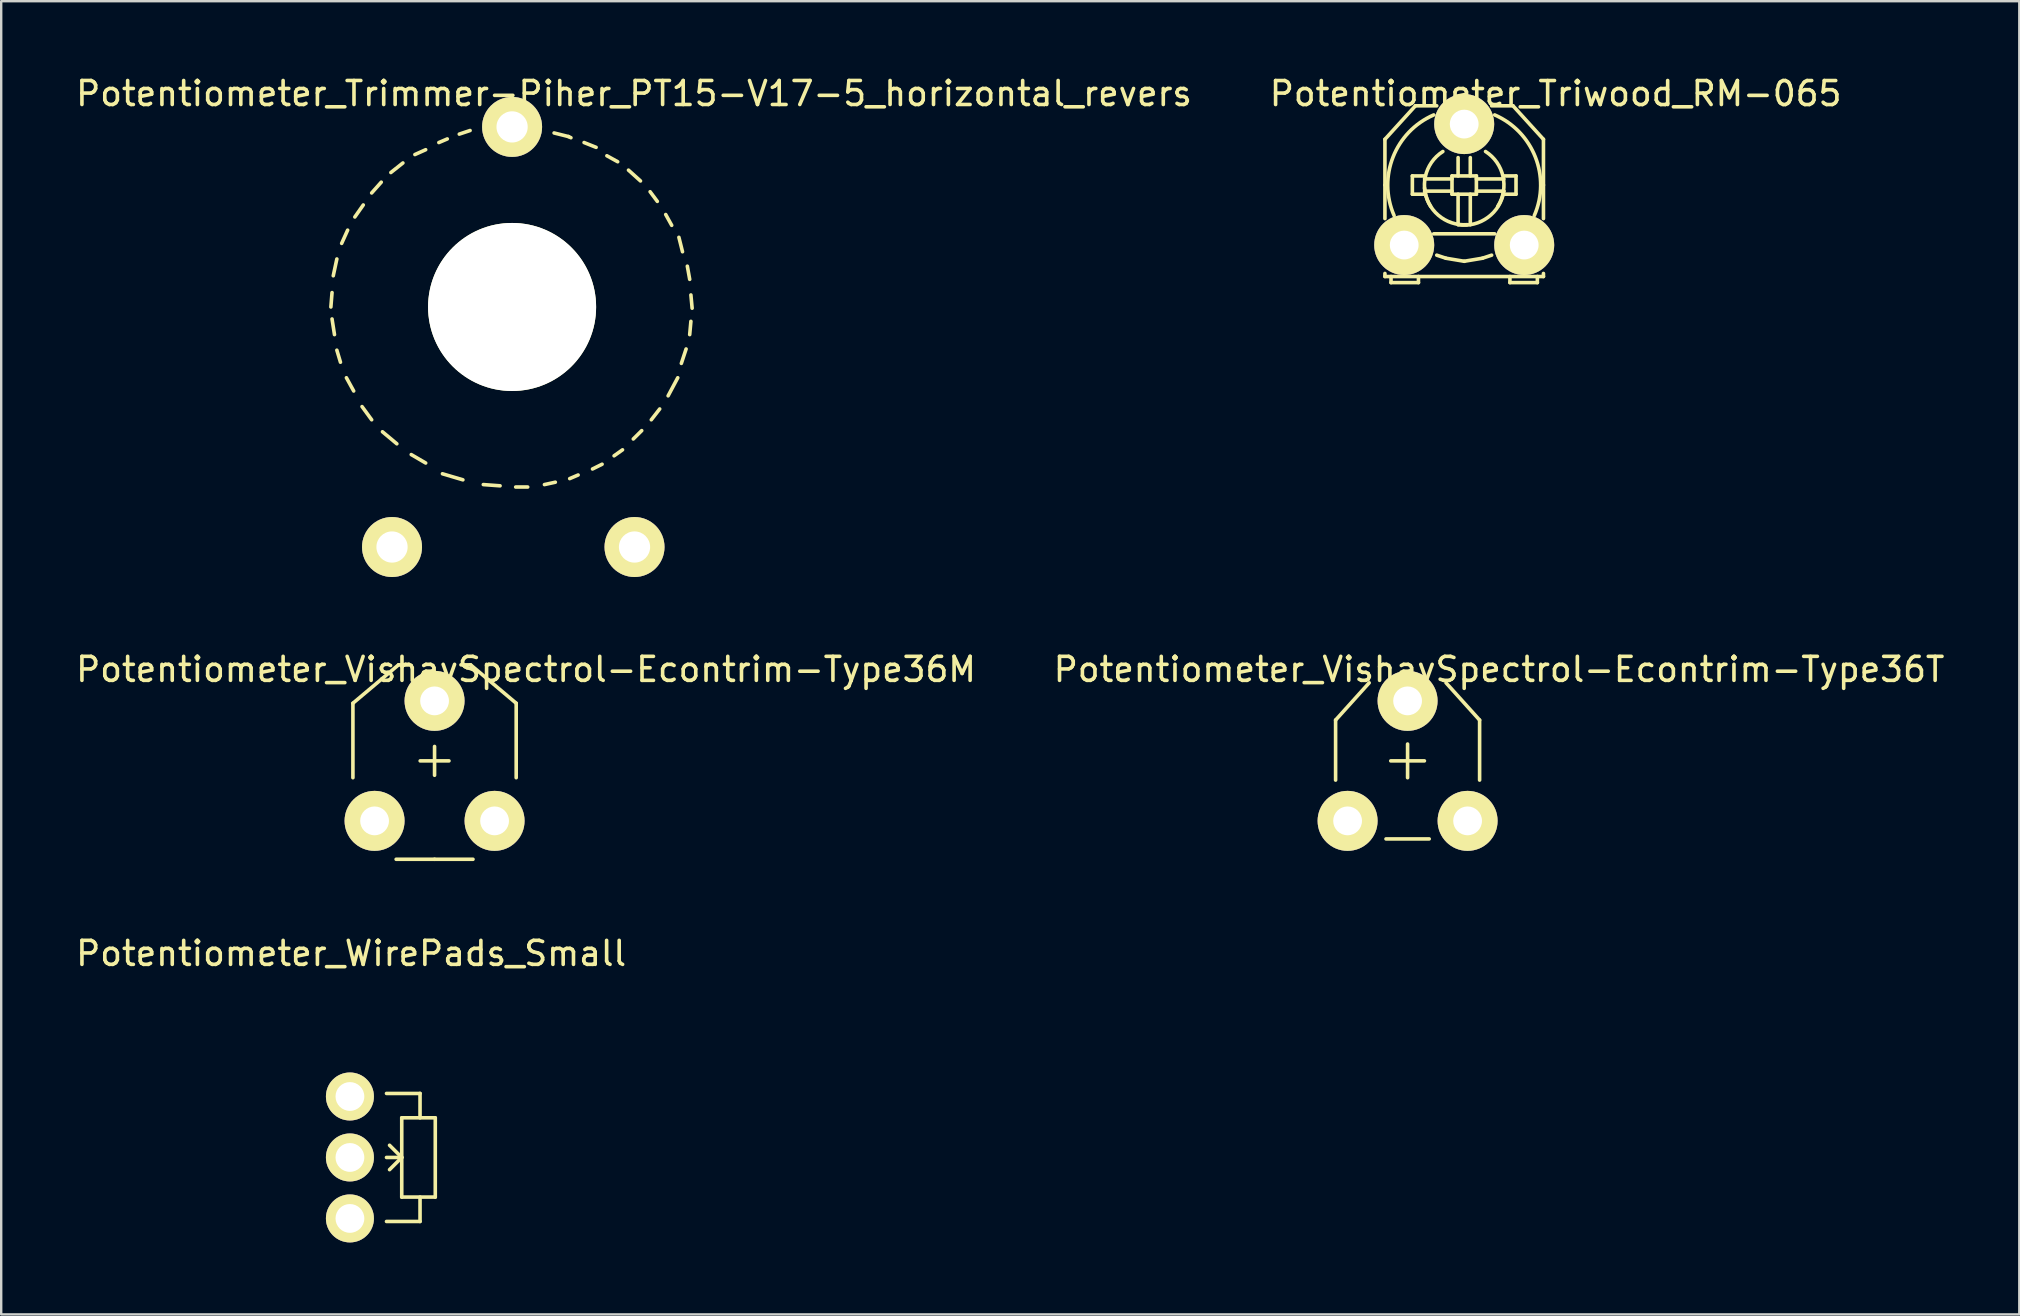
<source format=kicad_pcb>
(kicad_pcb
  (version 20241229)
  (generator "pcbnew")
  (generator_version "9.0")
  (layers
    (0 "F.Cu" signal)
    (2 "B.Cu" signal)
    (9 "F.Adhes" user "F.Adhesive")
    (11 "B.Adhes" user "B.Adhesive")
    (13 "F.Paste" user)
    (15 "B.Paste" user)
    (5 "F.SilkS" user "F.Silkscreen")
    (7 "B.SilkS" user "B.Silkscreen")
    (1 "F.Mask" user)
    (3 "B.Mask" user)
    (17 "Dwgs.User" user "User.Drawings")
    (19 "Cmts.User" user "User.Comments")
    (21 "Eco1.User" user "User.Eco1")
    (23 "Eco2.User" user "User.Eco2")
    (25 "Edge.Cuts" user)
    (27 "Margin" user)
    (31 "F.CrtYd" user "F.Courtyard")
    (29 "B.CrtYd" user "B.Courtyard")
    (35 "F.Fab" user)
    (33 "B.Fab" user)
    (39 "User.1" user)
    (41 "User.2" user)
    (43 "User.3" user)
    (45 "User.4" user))
  (footprint "Potentiometer_Trimmer-Piher_PT15-V17-5_horizontal_revers"
    (layer "F.Cu")
    (at 23.383 19.738)
    (property "Reference" "Potentiometer_Trimmer-Piher_PT15-V17-5_horizontal_revers" (at -0.02 -18.89 0) (layer "F.SilkS") (effects (font (size 1 1) (thickness 0.15))))
    (attr through_hole)
    (fp_line (start -12.649 -10) (end -12.601 -10.599) (stroke (width 0.15) (type solid)) (layer "F.SilkS"))
    (fp_line (start -12.55 -11.3) (end -12.4 -11.999) (stroke (width 0.15) (type solid)) (layer "F.SilkS"))
    (fp_line (start -12.499 -8.849) (end -12.601 -9.5) (stroke (width 0.15) (type solid)) (layer "F.SilkS"))
    (fp_line (start -12.25 -7.699) (end -12.4 -8.199) (stroke (width 0.15) (type solid)) (layer "F.SilkS"))
    (fp_line (start -12.2 -12.649) (end -11.951 -13.2) (stroke (width 0.15) (type solid)) (layer "F.SilkS"))
    (fp_line (start -11.699 -6.5) (end -12.002 -7.051) (stroke (width 0.15) (type solid)) (layer "F.SilkS"))
    (fp_line (start -11.651 -13.749) (end -11.3 -14.249) (stroke (width 0.15) (type solid)) (layer "F.SilkS"))
    (fp_line (start -10.95 -14.75) (end -10.551 -15.199) (stroke (width 0.15) (type solid)) (layer "F.SilkS"))
    (fp_line (start -10.95 -5.301) (end -11.351 -5.85) (stroke (width 0.15) (type solid)) (layer "F.SilkS"))
    (fp_line (start -10.15 -15.601) (end -9.649 -15.999) (stroke (width 0.15) (type solid)) (layer "F.SilkS"))
    (fp_line (start -9.901 -4.3) (end -10.5 -4.801) (stroke (width 0.15) (type solid)) (layer "F.SilkS"))
    (fp_line (start -9.149 -16.35) (end -8.7 -16.551) (stroke (width 0.15) (type solid)) (layer "F.SilkS"))
    (fp_line (start -8.7 -3.5) (end -9.301 -3.851) (stroke (width 0.15) (type solid)) (layer "F.SilkS"))
    (fp_line (start -8.151 -16.85) (end -7.8 -17) (stroke (width 0.15) (type solid)) (layer "F.SilkS"))
    (fp_line (start -7.3 -17.201) (end -6.85 -17.351) (stroke (width 0.15) (type solid)) (layer "F.SilkS"))
    (fp_line (start -7.15 -2.799) (end -8.001 -3.051) (stroke (width 0.15) (type solid)) (layer "F.SilkS"))
    (fp_line (start -6.101 -10) (end -5.85 -10) (stroke (width 0.15) (type solid)) (layer "F.SilkS"))
    (fp_line (start -5.601 -2.55) (end -6.299 -2.601) (stroke (width 0.15) (type solid)) (layer "F.SilkS"))
    (fp_line (start -5.4 -10) (end -4.801 -10) (stroke (width 0.15) (type solid)) (layer "F.SilkS"))
    (fp_line (start -5.151 -11.001) (end -5.1 -10.599) (stroke (width 0.15) (type solid)) (layer "F.SilkS"))
    (fp_line (start -5.1 -9.55) (end -5.1 -8.999) (stroke (width 0.15) (type solid)) (layer "F.SilkS"))
    (fp_line (start -4.45 -2.499) (end -4.95 -2.499) (stroke (width 0.15) (type solid)) (layer "F.SilkS"))
    (fp_line (start -4.399 -10) (end -4.1 -10) (stroke (width 0.15) (type solid)) (layer "F.SilkS"))
    (fp_line (start -3.35 -17.249) (end -2.751 -17.099) (stroke (width 0.15) (type solid)) (layer "F.SilkS"))
    (fp_line (start -3.299 -2.7) (end -3.752 -2.601) (stroke (width 0.15) (type solid)) (layer "F.SilkS"))
    (fp_line (start -2.751 -17.099) (end -2.649 -17.051) (stroke (width 0.15) (type solid)) (layer "F.SilkS"))
    (fp_line (start -2.349 -3) (end -2.7 -2.85) (stroke (width 0.15) (type solid)) (layer "F.SilkS"))
    (fp_line (start -2.101 -16.85) (end -1.6 -16.65) (stroke (width 0.15) (type solid)) (layer "F.SilkS"))
    (fp_line (start -1.351 -3.449) (end -1.75 -3.251) (stroke (width 0.15) (type solid)) (layer "F.SilkS"))
    (fp_line (start -1.151 -16.299) (end -0.701 -16.05) (stroke (width 0.15) (type solid)) (layer "F.SilkS"))
    (fp_line (start -0.5 -4.049) (end -0.851 -3.8) (stroke (width 0.15) (type solid)) (layer "F.SilkS"))
    (fp_line (start -0.251 -15.7) (end 0.249 -15.25) (stroke (width 0.15) (type solid)) (layer "F.SilkS"))
    (fp_line (start 0.3 -4.849) (end -0.051 -4.501) (stroke (width 0.15) (type solid)) (layer "F.SilkS"))
    (fp_line (start 0.65 -14.801) (end 0.95 -14.399) (stroke (width 0.15) (type solid)) (layer "F.SilkS"))
    (fp_line (start 1.049 -5.751) (end 0.699 -5.301) (stroke (width 0.15) (type solid)) (layer "F.SilkS"))
    (fp_line (start 1.3 -13.851) (end 1.549 -13.401) (stroke (width 0.15) (type solid)) (layer "F.SilkS"))
    (fp_line (start 1.801 -7.051) (end 1.4 -6.299) (stroke (width 0.15) (type solid)) (layer "F.SilkS"))
    (fp_line (start 1.849 -12.901) (end 1.999 -12.301) (stroke (width 0.15) (type solid)) (layer "F.SilkS"))
    (fp_line (start 2.149 -8.25) (end 1.951 -7.65) (stroke (width 0.15) (type solid)) (layer "F.SilkS"))
    (fp_line (start 2.2 -11.699) (end 2.299 -11.151) (stroke (width 0.15) (type solid)) (layer "F.SilkS"))
    (fp_line (start 2.349 -10.5) (end 2.4 -9.949) (stroke (width 0.15) (type solid)) (layer "F.SilkS"))
    (fp_line (start 2.349 -9.401) (end 2.299 -8.849) (stroke (width 0.15) (type solid)) (layer "F.SilkS"))
    (pad "" np_thru_hole circle (at -5.1 -10) (size 7 7) (drill 7) (layers "*.Cu" "*.Mask" "F.SilkS"))
    (pad "1" thru_hole circle (at 0 0) (size 2.499 2.499) (drill 1.3) (layers "*.Cu" "*.Mask" "F.SilkS"))
    (pad "2" thru_hole circle (at -5.1 -17.501) (size 2.499 2.499) (drill 1.3) (layers "*.Cu" "*.Mask" "F.SilkS"))
    (pad "3" thru_hole circle (at -10.102 0) (size 2.499 2.499) (drill 1.3) (layers "*.Cu" "*.Mask" "F.SilkS")))
  (footprint "Potentiometer_Triwood_RM-065"
    (layer "F.Cu")
    (at 55.447 7.158)
    (property "Reference" "Potentiometer_Triwood_RM-065" (at 6.309 -6.309 0) (layer "F.SilkS") (effects (font (size 1 1) (thickness 0.15))))
    (attr through_hole)
    (fp_line (start -0.803 -4.404) (end -0.803 -2.499) (stroke (width 0.15) (type solid)) (layer "F.SilkS"))
    (fp_line (start -0.803 -2.499) (end -0.803 -1.102) (stroke (width 0.15) (type solid)) (layer "F.SilkS"))
    (fp_line (start -0.803 1.311) (end -0.803 1.184) (stroke (width 0.15) (type solid)) (layer "F.SilkS"))
    (fp_line (start -0.803 1.311) (end 5.801 1.311) (stroke (width 0.15) (type solid)) (layer "F.SilkS"))
    (fp_line (start -0.549 1.311) (end -0.549 1.565) (stroke (width 0.15) (type solid)) (layer "F.SilkS"))
    (fp_line (start -0.549 1.565) (end 0.594 1.565) (stroke (width 0.15) (type solid)) (layer "F.SilkS"))
    (fp_line (start 0.34 -2.88) (end 0.34 -2.118) (stroke (width 0.15) (type solid)) (layer "F.SilkS"))
    (fp_line (start 0.34 -2.118) (end 0.848 -2.118) (stroke (width 0.15) (type solid)) (layer "F.SilkS"))
    (fp_line (start 0.467 -5.801) (end -0.803 -4.404) (stroke (width 0.15) (type solid)) (layer "F.SilkS"))
    (fp_line (start 0.594 1.565) (end 0.594 1.311) (stroke (width 0.15) (type solid)) (layer "F.SilkS"))
    (fp_line (start 0.848 -2.88) (end 0.34 -2.88) (stroke (width 0.15) (type solid)) (layer "F.SilkS"))
    (fp_line (start 1.229 -0.467) (end 3.769 -0.467) (stroke (width 0.15) (type solid)) (layer "F.SilkS"))
    (fp_line (start 1.356 -5.801) (end 0.467 -5.801) (stroke (width 0.15) (type solid)) (layer "F.SilkS"))
    (fp_line (start 1.356 0.422) (end 1.737 0.549) (stroke (width 0.15) (type solid)) (layer "F.SilkS"))
    (fp_line (start 1.737 0.549) (end 2.499 0.676) (stroke (width 0.15) (type solid)) (layer "F.SilkS"))
    (fp_line (start 1.991 -2.88) (end 1.991 -2.118) (stroke (width 0.15) (type solid)) (layer "F.SilkS"))
    (fp_line (start 1.991 -2.753) (end 0.848 -2.753) (stroke (width 0.15) (type solid)) (layer "F.SilkS"))
    (fp_line (start 1.991 -2.245) (end 0.848 -2.245) (stroke (width 0.15) (type solid)) (layer "F.SilkS"))
    (fp_line (start 1.991 -2.118) (end 3.007 -2.118) (stroke (width 0.15) (type solid)) (layer "F.SilkS"))
    (fp_line (start 2.245 -2.88) (end 2.245 -3.642) (stroke (width 0.15) (type solid)) (layer "F.SilkS"))
    (fp_line (start 2.245 -2.118) (end 2.245 -0.848) (stroke (width 0.15) (type solid)) (layer "F.SilkS"))
    (fp_line (start 2.499 0.676) (end 3.261 0.549) (stroke (width 0.15) (type solid)) (layer "F.SilkS"))
    (fp_line (start 2.753 -2.88) (end 2.753 -3.642) (stroke (width 0.15) (type solid)) (layer "F.SilkS"))
    (fp_line (start 2.753 -2.118) (end 2.753 -0.848) (stroke (width 0.15) (type solid)) (layer "F.SilkS"))
    (fp_line (start 3.007 -2.88) (end 1.991 -2.88) (stroke (width 0.15) (type solid)) (layer "F.SilkS"))
    (fp_line (start 3.007 -2.753) (end 4.15 -2.753) (stroke (width 0.15) (type solid)) (layer "F.SilkS"))
    (fp_line (start 3.007 -2.245) (end 4.15 -2.245) (stroke (width 0.15) (type solid)) (layer "F.SilkS"))
    (fp_line (start 3.007 -2.118) (end 3.007 -2.88) (stroke (width 0.15) (type solid)) (layer "F.SilkS"))
    (fp_line (start 3.261 0.549) (end 3.642 0.422) (stroke (width 0.15) (type solid)) (layer "F.SilkS"))
    (fp_line (start 4.15 -2.88) (end 4.658 -2.88) (stroke (width 0.15) (type solid)) (layer "F.SilkS"))
    (fp_line (start 4.404 1.565) (end 4.404 1.311) (stroke (width 0.15) (type solid)) (layer "F.SilkS"))
    (fp_line (start 4.531 -5.801) (end 3.642 -5.801) (stroke (width 0.15) (type solid)) (layer "F.SilkS"))
    (fp_line (start 4.531 -5.801) (end 5.801 -4.404) (stroke (width 0.15) (type solid)) (layer "F.SilkS"))
    (fp_line (start 4.658 -2.88) (end 4.658 -2.118) (stroke (width 0.15) (type solid)) (layer "F.SilkS"))
    (fp_line (start 4.658 -2.118) (end 4.15 -2.118) (stroke (width 0.15) (type solid)) (layer "F.SilkS"))
    (fp_line (start 5.547 1.311) (end 5.547 1.565) (stroke (width 0.15) (type solid)) (layer "F.SilkS"))
    (fp_line (start 5.547 1.565) (end 4.404 1.565) (stroke (width 0.15) (type solid)) (layer "F.SilkS"))
    (fp_line (start 5.801 -4.404) (end 5.801 -2.499) (stroke (width 0.15) (type solid)) (layer "F.SilkS"))
    (fp_line (start 5.801 -2.499) (end 5.801 -1.102) (stroke (width 0.15) (type solid)) (layer "F.SilkS"))
    (fp_line (start 5.801 1.311) (end 5.801 1.184) (stroke (width 0.15) (type solid)) (layer "F.SilkS"))
    (fp_arc (start -0.42164 -1.22936) (mid -0.464125 -3.666793) (end 1.22936 -5.42036) (stroke (width 0.15) (type solid)) (layer "F.SilkS"))
    (fp_arc (start 1.10236 -1.61036) (mid 0.882914 -2.85857) (end 1.61036 -3.89636) (stroke (width 0.15) (type solid)) (layer "F.SilkS"))
    (fp_arc (start 2.62636 -0.84836) (mid 1.421729 -1.242124) (end 0.84836 -2.37236) (stroke (width 0.15) (type solid)) (layer "F.SilkS"))
    (fp_arc (start 3.38836 -3.89636) (mid 4.115806 -2.85857) (end 3.89636 -1.61036) (stroke (width 0.15) (type solid)) (layer "F.SilkS"))
    (fp_arc (start 3.76936 -5.42036) (mid 5.462845 -3.666793) (end 5.42036 -1.22936) (stroke (width 0.15) (type solid)) (layer "F.SilkS"))
    (fp_arc (start 4.15036 -2.24536) (mid 3.487188 -1.152322) (end 2.24536 -0.84836) (stroke (width 0.15) (type solid)) (layer "F.SilkS"))
    (pad "1" thru_hole circle (at 0 0) (size 2.499 2.499) (drill 1.199) (layers "*.Cu" "*.Mask" "F.SilkS"))
    (pad "2" thru_hole circle (at 2.499 -5.039) (size 2.499 2.499) (drill 1.199) (layers "*.Cu" "*.Mask" "F.SilkS"))
    (pad "3" thru_hole circle (at 4.999 0) (size 2.499 2.499) (drill 1.199) (layers "*.Cu" "*.Mask" "F.SilkS")))
  (footprint "Potentiometer_WirePads_Small"
    (layer "F.Cu")
    (at 11.527 42.628)
    (property "Reference" "Potentiometer_WirePads_Small" (at 0.051 -5.959 0) (layer "F.SilkS") (effects (font (size 1 1) (thickness 0.15))))
    (attr through_hole)
    (fp_line (start 2.159 0.889) (end 3.556 0.889) (stroke (width 0.15) (type solid)) (layer "F.SilkS"))
    (fp_line (start 2.159 2.54) (end 1.524 2.54) (stroke (width 0.15) (type solid)) (layer "F.SilkS"))
    (fp_line (start 2.159 2.54) (end 1.651 2.032) (stroke (width 0.15) (type solid)) (layer "F.SilkS"))
    (fp_line (start 2.159 2.54) (end 1.651 3.048) (stroke (width 0.15) (type solid)) (layer "F.SilkS"))
    (fp_line (start 2.159 4.191) (end 2.159 0.889) (stroke (width 0.15) (type solid)) (layer "F.SilkS"))
    (fp_line (start 2.921 -0.127) (end 1.524 -0.127) (stroke (width 0.15) (type solid)) (layer "F.SilkS"))
    (fp_line (start 2.921 0.889) (end 2.921 -0.127) (stroke (width 0.15) (type solid)) (layer "F.SilkS"))
    (fp_line (start 2.921 4.191) (end 2.921 5.207) (stroke (width 0.15) (type solid)) (layer "F.SilkS"))
    (fp_line (start 2.921 5.207) (end 1.524 5.207) (stroke (width 0.15) (type solid)) (layer "F.SilkS"))
    (fp_line (start 3.556 0.889) (end 3.556 4.191) (stroke (width 0.15) (type solid)) (layer "F.SilkS"))
    (fp_line (start 3.556 4.191) (end 2.159 4.191) (stroke (width 0.15) (type solid)) (layer "F.SilkS"))
    (pad "1" thru_hole circle (at 0 0) (size 1.999 1.999) (drill 1.199) (layers "*.Cu" "*.Mask" "F.SilkS"))
    (pad "2" thru_hole circle (at 0 2.54) (size 1.999 1.999) (drill 1.199) (layers "*.Cu" "*.Mask" "F.SilkS"))
    (pad "3" thru_hole circle (at 0 5.08) (size 1.999 1.999) (drill 1.199) (layers "*.Cu" "*.Mask" "F.SilkS")))
  (footprint "Potentiometer_VishaySpectrol-Econtrim-Type36T"
    (layer "F.Cu")
    (at 53.089 31.146)
    (property "Reference" "Potentiometer_VishaySpectrol-Econtrim-Type36T" (at 6.309 -6.309 0) (layer "F.SilkS") (effects (font (size 1 1) (thickness 0.15))))
    (attr through_hole)
    (fp_line (start -0.5 -4.199) (end -0.5 -1.699) (stroke (width 0.15) (type solid)) (layer "F.SilkS"))
    (fp_line (start 0.899 -5.751) (end -0.5 -4.199) (stroke (width 0.15) (type solid)) (layer "F.SilkS"))
    (fp_line (start 1.6 0.752) (end 3.399 0.752) (stroke (width 0.15) (type solid)) (layer "F.SilkS"))
    (fp_line (start 1.798 -2.499) (end 3.2 -2.499) (stroke (width 0.15) (type solid)) (layer "F.SilkS"))
    (fp_line (start 2.499 -1.798) (end 2.499 -3.2) (stroke (width 0.15) (type solid)) (layer "F.SilkS"))
    (fp_line (start 4.1 -5.751) (end 5.499 -4.199) (stroke (width 0.15) (type solid)) (layer "F.SilkS"))
    (fp_line (start 5.499 -4.199) (end 5.499 -1.699) (stroke (width 0.15) (type solid)) (layer "F.SilkS"))
    (pad "1" thru_hole circle (at 0 0) (size 2.499 2.499) (drill 1.199) (layers "*.Cu" "*.Mask" "F.SilkS"))
    (pad "2" thru_hole circle (at 2.499 -4.999) (size 2.499 2.499) (drill 1.199) (layers "*.Cu" "*.Mask" "F.SilkS"))
    (pad "3" thru_hole circle (at 4.999 0) (size 2.499 2.499) (drill 1.199) (layers "*.Cu" "*.Mask" "F.SilkS")))
  (footprint "Potentiometer_VishaySpectrol-Econtrim-Type36M"
    (layer "F.Cu")
    (at 12.554 31.146)
    (property "Reference" "Potentiometer_VishaySpectrol-Econtrim-Type36M" (at 6.309 -6.309 0) (layer "F.SilkS") (effects (font (size 1 1) (thickness 0.15))))
    (attr through_hole)
    (fp_line (start -0.902 -4.9) (end -0.902 -1.798) (stroke (width 0.15) (type solid)) (layer "F.SilkS"))
    (fp_line (start 0.998 -6.5) (end -0.902 -4.9) (stroke (width 0.15) (type solid)) (layer "F.SilkS"))
    (fp_line (start 1.4 -6.5) (end 0.998 -6.5) (stroke (width 0.15) (type solid)) (layer "F.SilkS"))
    (fp_line (start 2.499 -3.099) (end 2.499 -1.9) (stroke (width 0.15) (type solid)) (layer "F.SilkS"))
    (fp_line (start 2.499 1.6) (end 0.899 1.6) (stroke (width 0.15) (type solid)) (layer "F.SilkS"))
    (fp_line (start 2.499 1.6) (end 4.1 1.6) (stroke (width 0.15) (type solid)) (layer "F.SilkS"))
    (fp_line (start 3.099 -2.499) (end 1.9 -2.499) (stroke (width 0.15) (type solid)) (layer "F.SilkS"))
    (fp_line (start 3.599 -6.5) (end 4 -6.5) (stroke (width 0.15) (type solid)) (layer "F.SilkS"))
    (fp_line (start 4 -6.5) (end 5.9 -4.9) (stroke (width 0.15) (type solid)) (layer "F.SilkS"))
    (fp_line (start 5.9 -4.9) (end 5.9 -1.798) (stroke (width 0.15) (type solid)) (layer "F.SilkS"))
    (pad "1" thru_hole circle (at 0 0) (size 2.499 2.499) (drill 1.199) (layers "*.Cu" "*.Mask" "F.SilkS"))
    (pad "2" thru_hole circle (at 2.499 -4.999) (size 2.499 2.499) (drill 1.199) (layers "*.Cu" "*.Mask" "F.SilkS"))
    (pad "3" thru_hole circle (at 4.999 0) (size 2.499 2.499) (drill 1.199) (layers "*.Cu" "*.Mask" "F.SilkS")))
  (gr_rect
    (start -3 -3)
    (end 81.071 51.707)
    (stroke (width 0.1) (type default))
    (fill no)
    (layer "Edge.Cuts")))
</source>
